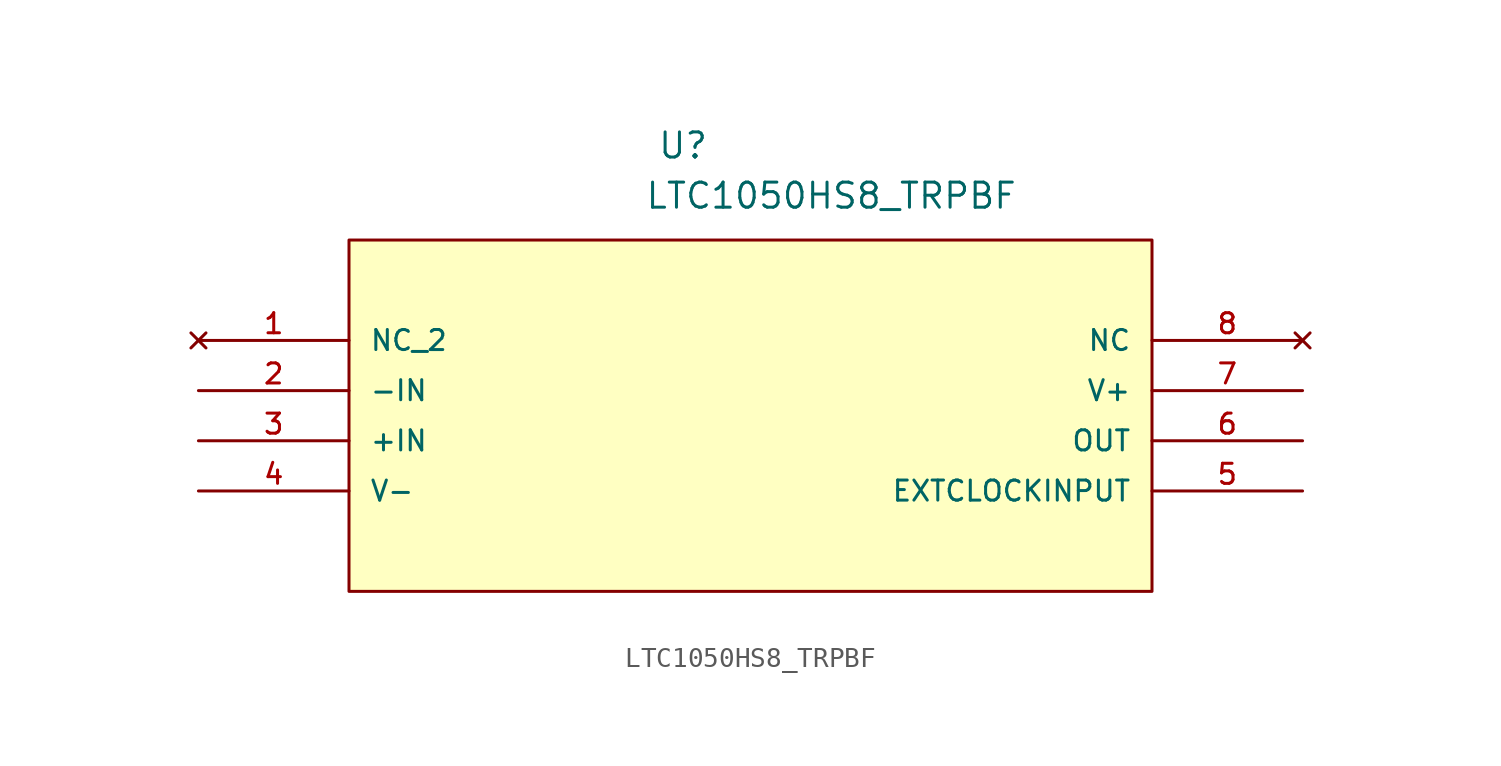
<source format=kicad_sym>
(kicad_symbol_lib
  (version 20231120)
  (generator "kicad_symbol_editor")
  (generator_version "8.0")
  (symbol "LTC1050HS8_TRPBF"
    (pin_names
      (offset 1.016))
    (property "Reference" "U"
      (at 23.216 9.119 0)
      (effects (font (size 1.27 1.27)) (justify left bottom)))
    (property "Value" "LTC1050HS8_TRPBF"
      (at 22.581 6.579 0)
      (effects (font (size 1.27 1.27)) (justify left bottom)))
    (symbol "LTC1050HS8_TRPBF_0_0"
      (rectangle (start 7.62 -12.7) (end 48.26 5.08) (stroke (width 0.152) (type default)) (fill (type background)))
      (pin no_connect line (at 0 0 0) (length 7.62) (name "NC_2" (effects (font (size 1.016 1.016)))) (number "1" (effects (font (size 1.016 1.016)))))
      (pin input line (at 0 -2.54 0) (length 7.62) (name "-IN" (effects (font (size 1.016 1.016)))) (number "2" (effects (font (size 1.016 1.016)))))
      (pin input line (at 0 -5.08 0) (length 7.62) (name "+IN" (effects (font (size 1.016 1.016)))) (number "3" (effects (font (size 1.016 1.016)))))
      (pin power_in line (at 0 -7.62 0) (length 7.62) (name "V-" (effects (font (size 1.016 1.016)))) (number "4" (effects (font (size 1.016 1.016)))))
      (pin input line (at 55.88 -7.62 180) (length 7.62) (name "EXTCLOCKINPUT" (effects (font (size 1.016 1.016)))) (number "5" (effects (font (size 1.016 1.016)))))
      (pin output line (at 55.88 -5.08 180) (length 7.62) (name "OUT" (effects (font (size 1.016 1.016)))) (number "6" (effects (font (size 1.016 1.016)))))
      (pin power_in line (at 55.88 -2.54 180) (length 7.62) (name "V+" (effects (font (size 1.016 1.016)))) (number "7" (effects (font (size 1.016 1.016)))))
      (pin no_connect line (at 55.88 0 180) (length 7.62) (name "NC" (effects (font (size 1.016 1.016)))) (number "8" (effects (font (size 1.016 1.016))))))))
</source>
